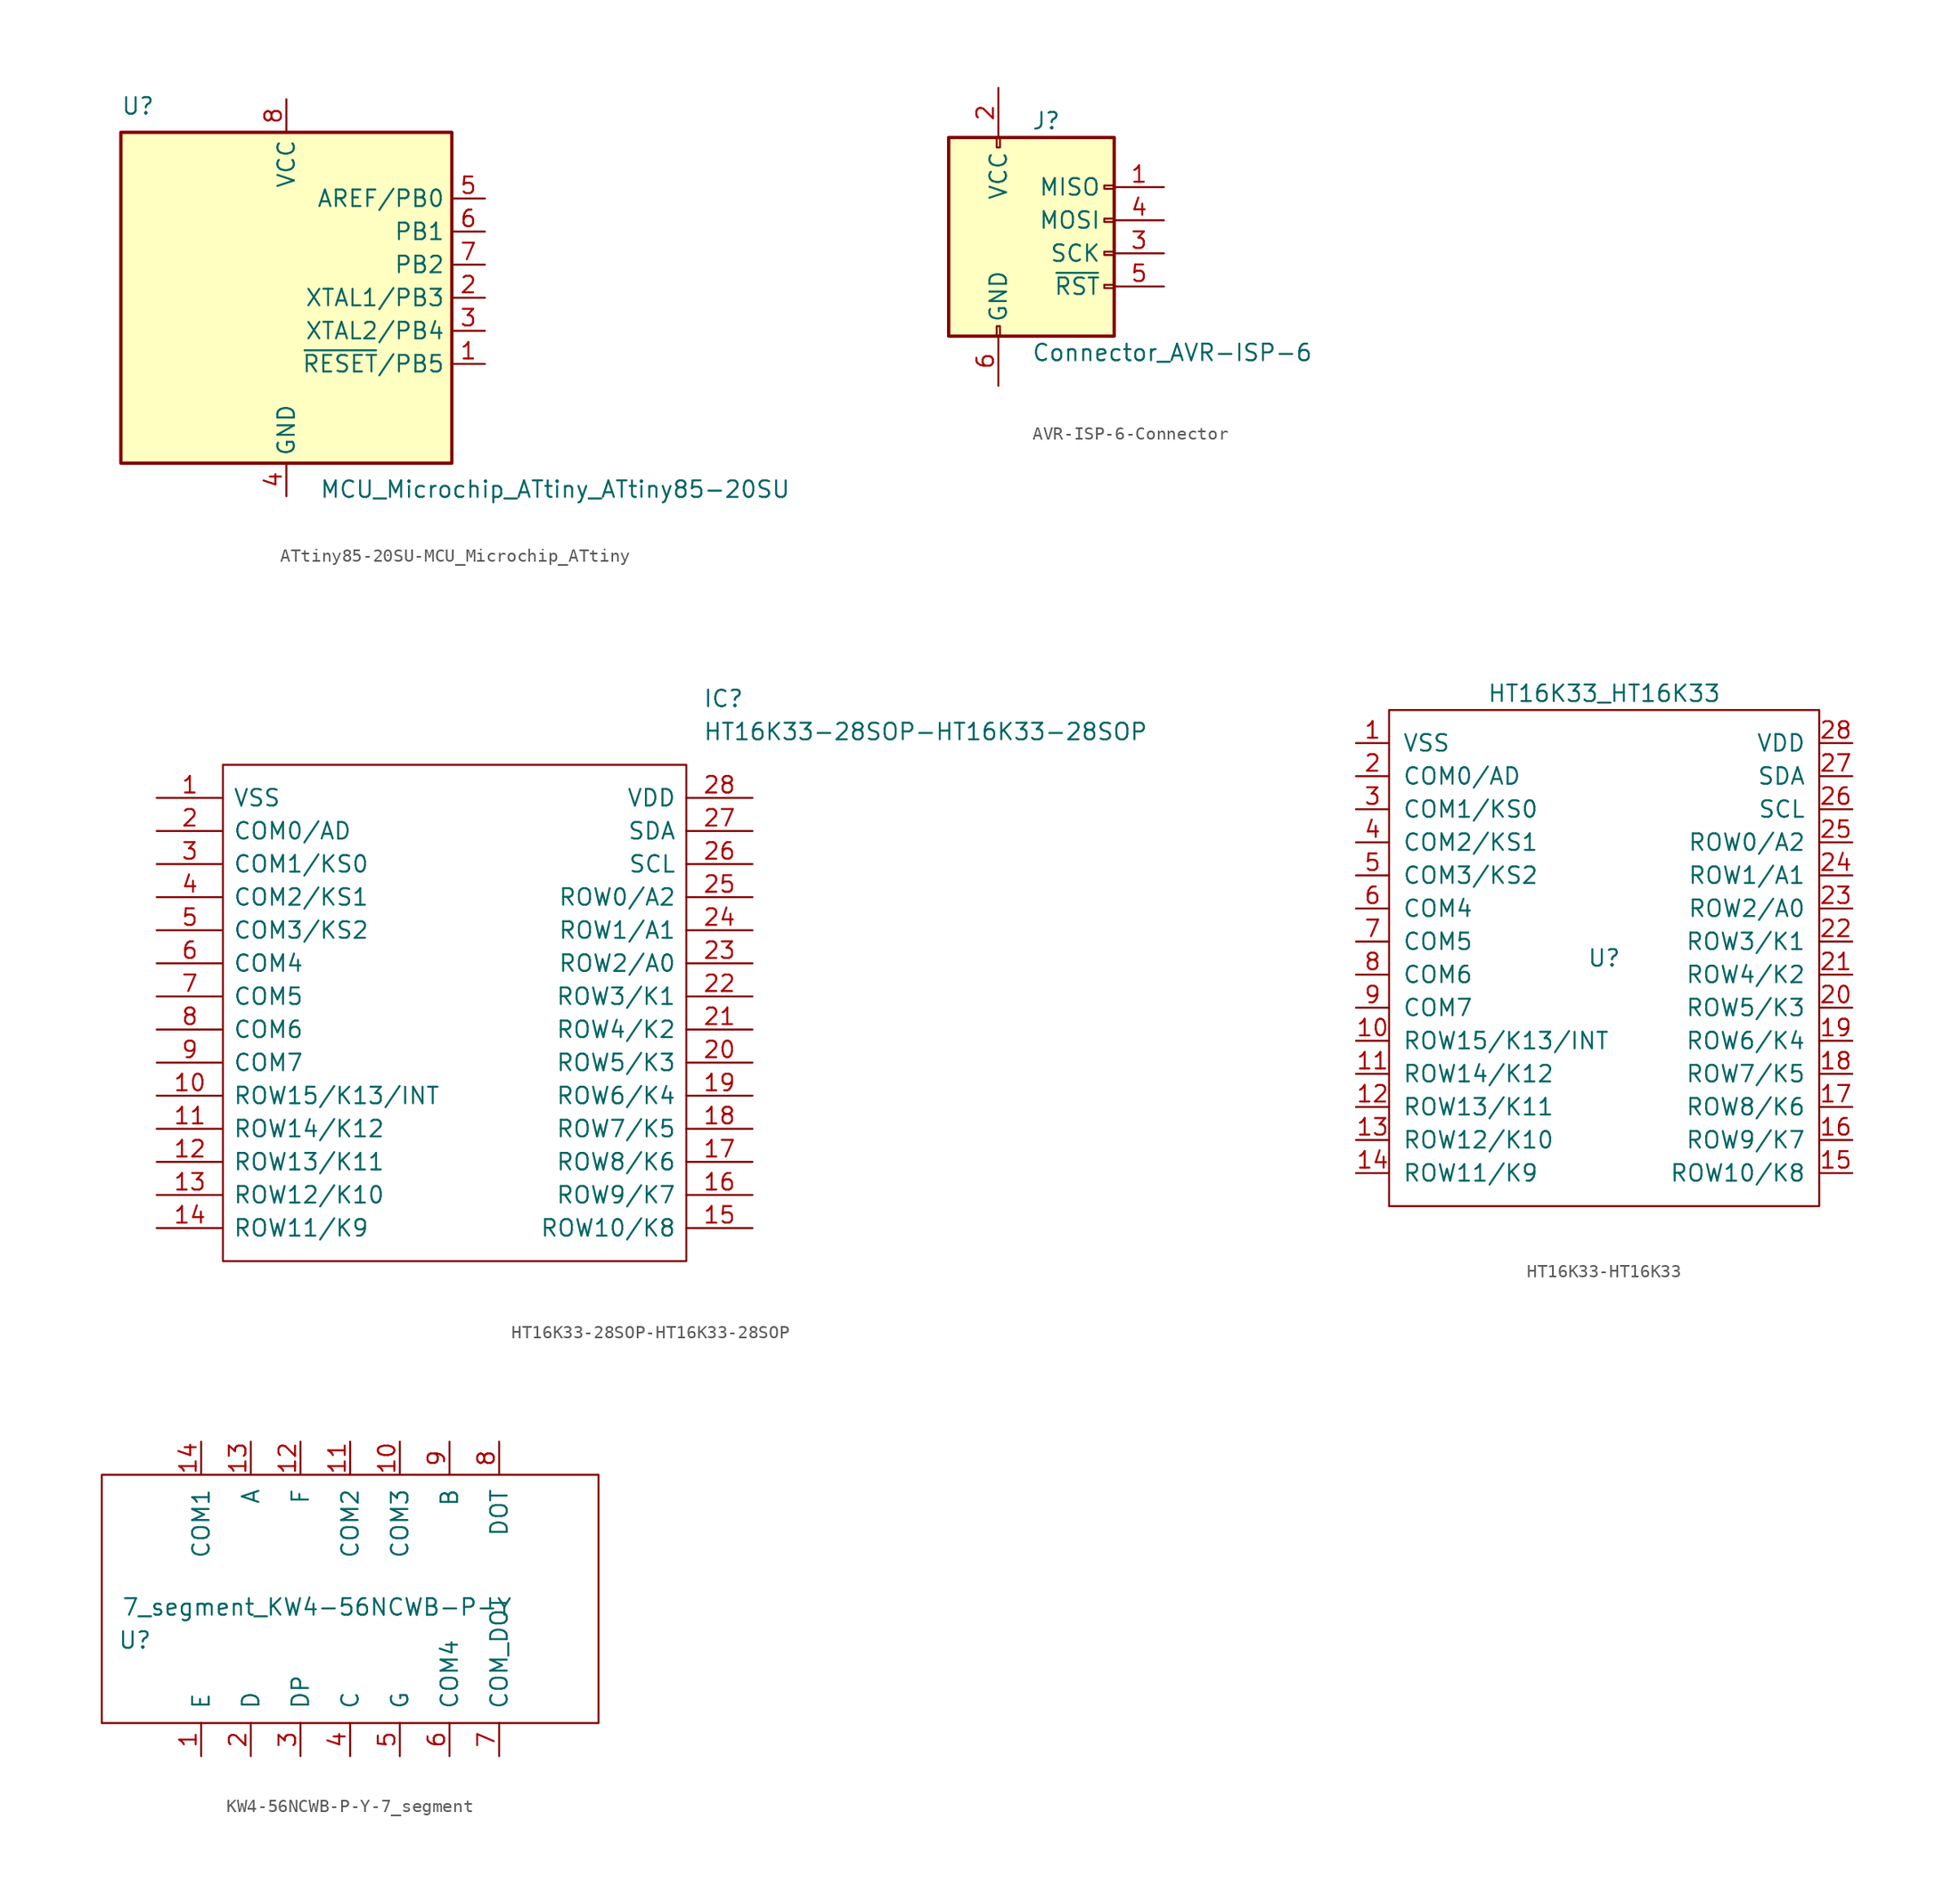
<source format=kicad_sym>
(kicad_symbol_lib
  (version 20231120)
  (generator "kicad_symbol_editor")
  (generator_version "8.0")
  (symbol "ATtiny85-20SU-MCU_Microchip_ATtiny"
    (property "Reference" "U"
      (at -12.7 13.97 0)
      (effects (font (size 1.27 1.27)) (justify left bottom)))
    (property "Value" "MCU_Microchip_ATtiny_ATtiny85-20SU"
      (at 2.54 -13.97 0)
      (effects (font (size 1.27 1.27)) (justify left top)))
    (symbol "ATtiny85-20SU-MCU_Microchip_ATtiny_0_1"
      (rectangle (start -12.7 -12.7) (end 12.7 12.7) (stroke (width 0.254) (type solid)) (fill (type background))))
    (symbol "ATtiny85-20SU-MCU_Microchip_ATtiny_1_1"
      (pin tri_state line (at 15.24 -5.08 180) (length 2.54) (name "~{RESET}/PB5" (effects (font (size 1.27 1.27)))) (number "1" (effects (font (size 1.27 1.27)))))
      (pin tri_state line (at 15.24 0 180) (length 2.54) (name "XTAL1/PB3" (effects (font (size 1.27 1.27)))) (number "2" (effects (font (size 1.27 1.27)))))
      (pin tri_state line (at 15.24 -2.54 180) (length 2.54) (name "XTAL2/PB4" (effects (font (size 1.27 1.27)))) (number "3" (effects (font (size 1.27 1.27)))))
      (pin power_in line (at 0 -15.24 90) (length 2.54) (name "GND" (effects (font (size 1.27 1.27)))) (number "4" (effects (font (size 1.27 1.27)))))
      (pin tri_state line (at 15.24 7.62 180) (length 2.54) (name "AREF/PB0" (effects (font (size 1.27 1.27)))) (number "5" (effects (font (size 1.27 1.27)))))
      (pin tri_state line (at 15.24 5.08 180) (length 2.54) (name "PB1" (effects (font (size 1.27 1.27)))) (number "6" (effects (font (size 1.27 1.27)))))
      (pin tri_state line (at 15.24 2.54 180) (length 2.54) (name "PB2" (effects (font (size 1.27 1.27)))) (number "7" (effects (font (size 1.27 1.27)))))
      (pin power_in line (at 0 15.24 270) (length 2.54) (name "VCC" (effects (font (size 1.27 1.27)))) (number "8" (effects (font (size 1.27 1.27)))))))
  (symbol "AVR-ISP-6-Connector"
    (pin_names
      (offset 1.016))
    (property "Reference" "J"
      (at 0 10.16 0)
      (effects (font (size 1.27 1.27)) (justify left)))
    (property "Value" "Connector_AVR-ISP-6"
      (at 0 -7.62 0)
      (effects (font (size 1.27 1.27)) (justify left)))
    (symbol "AVR-ISP-6-Connector_0_1"
      (rectangle (start -2.667 -5.588) (end -2.413 -6.35) (stroke (width 0) (type solid)) (fill (type none)))
      (rectangle (start -2.667 8.89) (end -2.413 8.128) (stroke (width 0) (type solid)) (fill (type none)))
      (rectangle (start 6.35 -2.413) (end 5.588 -2.667) (stroke (width 0) (type solid)) (fill (type none)))
      (rectangle (start 6.35 0.127) (end 5.588 -0.127) (stroke (width 0) (type solid)) (fill (type none)))
      (rectangle (start 6.35 2.667) (end 5.588 2.413) (stroke (width 0) (type solid)) (fill (type none)))
      (rectangle (start 6.35 5.207) (end 5.588 4.953) (stroke (width 0) (type solid)) (fill (type none)))
      (rectangle (start 6.35 8.89) (end -6.35 -6.35) (stroke (width 0.254) (type solid)) (fill (type background))))
    (symbol "AVR-ISP-6-Connector_1_1"
      (pin passive line (at 10.16 5.08 180) (length 3.81) (name "MISO" (effects (font (size 1.27 1.27)))) (number "1" (effects (font (size 1.27 1.27)))))
      (pin power_in line (at -2.54 12.7 270) (length 3.81) (name "VCC" (effects (font (size 1.27 1.27)))) (number "2" (effects (font (size 1.27 1.27)))))
      (pin passive line (at 10.16 0 180) (length 3.81) (name "SCK" (effects (font (size 1.27 1.27)))) (number "3" (effects (font (size 1.27 1.27)))))
      (pin passive line (at 10.16 2.54 180) (length 3.81) (name "MOSI" (effects (font (size 1.27 1.27)))) (number "4" (effects (font (size 1.27 1.27)))))
      (pin passive line (at 10.16 -2.54 180) (length 3.81) (name "~{RST}" (effects (font (size 1.27 1.27)))) (number "5" (effects (font (size 1.27 1.27)))))
      (pin power_in line (at -2.54 -10.16 90) (length 3.81) (name "GND" (effects (font (size 1.27 1.27)))) (number "6" (effects (font (size 1.27 1.27)))))))
  (symbol "HT16K33-28SOP-HT16K33-28SOP"
    (pin_names
      (offset 0.762))
    (property "Reference" "IC"
      (at 41.91 7.62 0)
      (effects (font (size 1.27 1.27)) (justify left)))
    (property "Value" "HT16K33-28SOP-HT16K33-28SOP"
      (at 41.91 5.08 0)
      (effects (font (size 1.27 1.27)) (justify left)))
    (symbol "HT16K33-28SOP-HT16K33-28SOP_0_0"
      (pin unspecified line (at 0 0 0) (length 5.08) (name "VSS" (effects (font (size 1.27 1.27)))) (number "1" (effects (font (size 1.27 1.27)))))
      (pin unspecified line (at 0 -22.86 0) (length 5.08) (name "ROW15/K13/INT" (effects (font (size 1.27 1.27)))) (number "10" (effects (font (size 1.27 1.27)))))
      (pin unspecified line (at 0 -25.4 0) (length 5.08) (name "ROW14/K12" (effects (font (size 1.27 1.27)))) (number "11" (effects (font (size 1.27 1.27)))))
      (pin unspecified line (at 0 -27.94 0) (length 5.08) (name "ROW13/K11" (effects (font (size 1.27 1.27)))) (number "12" (effects (font (size 1.27 1.27)))))
      (pin unspecified line (at 0 -30.48 0) (length 5.08) (name "ROW12/K10" (effects (font (size 1.27 1.27)))) (number "13" (effects (font (size 1.27 1.27)))))
      (pin unspecified line (at 0 -33.02 0) (length 5.08) (name "ROW11/K9" (effects (font (size 1.27 1.27)))) (number "14" (effects (font (size 1.27 1.27)))))
      (pin unspecified line (at 45.72 -33.02 180) (length 5.08) (name "ROW10/K8" (effects (font (size 1.27 1.27)))) (number "15" (effects (font (size 1.27 1.27)))))
      (pin unspecified line (at 45.72 -30.48 180) (length 5.08) (name "ROW9/K7" (effects (font (size 1.27 1.27)))) (number "16" (effects (font (size 1.27 1.27)))))
      (pin unspecified line (at 45.72 -27.94 180) (length 5.08) (name "ROW8/K6" (effects (font (size 1.27 1.27)))) (number "17" (effects (font (size 1.27 1.27)))))
      (pin unspecified line (at 45.72 -25.4 180) (length 5.08) (name "ROW7/K5" (effects (font (size 1.27 1.27)))) (number "18" (effects (font (size 1.27 1.27)))))
      (pin unspecified line (at 45.72 -22.86 180) (length 5.08) (name "ROW6/K4" (effects (font (size 1.27 1.27)))) (number "19" (effects (font (size 1.27 1.27)))))
      (pin unspecified line (at 0 -2.54 0) (length 5.08) (name "COM0/AD" (effects (font (size 1.27 1.27)))) (number "2" (effects (font (size 1.27 1.27)))))
      (pin unspecified line (at 45.72 -20.32 180) (length 5.08) (name "ROW5/K3" (effects (font (size 1.27 1.27)))) (number "20" (effects (font (size 1.27 1.27)))))
      (pin unspecified line (at 45.72 -17.78 180) (length 5.08) (name "ROW4/K2" (effects (font (size 1.27 1.27)))) (number "21" (effects (font (size 1.27 1.27)))))
      (pin unspecified line (at 45.72 -15.24 180) (length 5.08) (name "ROW3/K1" (effects (font (size 1.27 1.27)))) (number "22" (effects (font (size 1.27 1.27)))))
      (pin unspecified line (at 45.72 -12.7 180) (length 5.08) (name "ROW2/A0" (effects (font (size 1.27 1.27)))) (number "23" (effects (font (size 1.27 1.27)))))
      (pin unspecified line (at 45.72 -10.16 180) (length 5.08) (name "ROW1/A1" (effects (font (size 1.27 1.27)))) (number "24" (effects (font (size 1.27 1.27)))))
      (pin unspecified line (at 45.72 -7.62 180) (length 5.08) (name "ROW0/A2" (effects (font (size 1.27 1.27)))) (number "25" (effects (font (size 1.27 1.27)))))
      (pin unspecified line (at 45.72 -5.08 180) (length 5.08) (name "SCL" (effects (font (size 1.27 1.27)))) (number "26" (effects (font (size 1.27 1.27)))))
      (pin unspecified line (at 45.72 -2.54 180) (length 5.08) (name "SDA" (effects (font (size 1.27 1.27)))) (number "27" (effects (font (size 1.27 1.27)))))
      (pin unspecified line (at 45.72 0 180) (length 5.08) (name "VDD" (effects (font (size 1.27 1.27)))) (number "28" (effects (font (size 1.27 1.27)))))
      (pin unspecified line (at 0 -5.08 0) (length 5.08) (name "COM1/KS0" (effects (font (size 1.27 1.27)))) (number "3" (effects (font (size 1.27 1.27)))))
      (pin unspecified line (at 0 -7.62 0) (length 5.08) (name "COM2/KS1" (effects (font (size 1.27 1.27)))) (number "4" (effects (font (size 1.27 1.27)))))
      (pin unspecified line (at 0 -10.16 0) (length 5.08) (name "COM3/KS2" (effects (font (size 1.27 1.27)))) (number "5" (effects (font (size 1.27 1.27)))))
      (pin unspecified line (at 0 -12.7 0) (length 5.08) (name "COM4" (effects (font (size 1.27 1.27)))) (number "6" (effects (font (size 1.27 1.27)))))
      (pin unspecified line (at 0 -15.24 0) (length 5.08) (name "COM5" (effects (font (size 1.27 1.27)))) (number "7" (effects (font (size 1.27 1.27)))))
      (pin unspecified line (at 0 -17.78 0) (length 5.08) (name "COM6" (effects (font (size 1.27 1.27)))) (number "8" (effects (font (size 1.27 1.27)))))
      (pin unspecified line (at 0 -20.32 0) (length 5.08) (name "COM7" (effects (font (size 1.27 1.27)))) (number "9" (effects (font (size 1.27 1.27))))))
    (symbol "HT16K33-28SOP-HT16K33-28SOP_0_1"
      (polyline (pts (xy 5.08 2.54) (xy 40.64 2.54) (xy 40.64 -35.56) (xy 5.08 -35.56) (xy 5.08 2.54)) (stroke (width 0.152) (type solid)) (fill (type none)))))
  (symbol "HT16K33-HT16K33"
    (pin_names
      (offset 1.016))
    (property "Reference" "U"
      (at 0 0 0)
      (effects (font (size 1.27 1.27))))
    (property "Value" "HT16K33_HT16K33"
      (at 0 20.32 0)
      (effects (font (size 1.27 1.27))))
    (symbol "HT16K33-HT16K33_0_1"
      (rectangle (start -16.51 19.05) (end 16.51 -19.05) (stroke (width 0) (type solid)) (fill (type none))))
    (symbol "HT16K33-HT16K33_1_1"
      (pin input line (at -19.05 16.51 0) (length 2.54) (name "VSS" (effects (font (size 1.27 1.27)))) (number "1" (effects (font (size 1.27 1.27)))))
      (pin input line (at -19.05 -6.35 0) (length 2.54) (name "ROW15/K13/INT" (effects (font (size 1.27 1.27)))) (number "10" (effects (font (size 1.27 1.27)))))
      (pin input line (at -19.05 -8.89 0) (length 2.54) (name "ROW14/K12" (effects (font (size 1.27 1.27)))) (number "11" (effects (font (size 1.27 1.27)))))
      (pin input line (at -19.05 -11.43 0) (length 2.54) (name "ROW13/K11" (effects (font (size 1.27 1.27)))) (number "12" (effects (font (size 1.27 1.27)))))
      (pin input line (at -19.05 -13.97 0) (length 2.54) (name "ROW12/K10" (effects (font (size 1.27 1.27)))) (number "13" (effects (font (size 1.27 1.27)))))
      (pin input line (at -19.05 -16.51 0) (length 2.54) (name "ROW11/K9" (effects (font (size 1.27 1.27)))) (number "14" (effects (font (size 1.27 1.27)))))
      (pin input line (at 19.05 -16.51 180) (length 2.54) (name "ROW10/K8" (effects (font (size 1.27 1.27)))) (number "15" (effects (font (size 1.27 1.27)))))
      (pin input line (at 19.05 -13.97 180) (length 2.54) (name "ROW9/K7" (effects (font (size 1.27 1.27)))) (number "16" (effects (font (size 1.27 1.27)))))
      (pin input line (at 19.05 -11.43 180) (length 2.54) (name "ROW8/K6" (effects (font (size 1.27 1.27)))) (number "17" (effects (font (size 1.27 1.27)))))
      (pin input line (at 19.05 -8.89 180) (length 2.54) (name "ROW7/K5" (effects (font (size 1.27 1.27)))) (number "18" (effects (font (size 1.27 1.27)))))
      (pin input line (at 19.05 -6.35 180) (length 2.54) (name "ROW6/K4" (effects (font (size 1.27 1.27)))) (number "19" (effects (font (size 1.27 1.27)))))
      (pin input line (at -19.05 13.97 0) (length 2.54) (name "COM0/AD" (effects (font (size 1.27 1.27)))) (number "2" (effects (font (size 1.27 1.27)))))
      (pin input line (at 19.05 -3.81 180) (length 2.54) (name "ROW5/K3" (effects (font (size 1.27 1.27)))) (number "20" (effects (font (size 1.27 1.27)))))
      (pin input line (at 19.05 -1.27 180) (length 2.54) (name "ROW4/K2" (effects (font (size 1.27 1.27)))) (number "21" (effects (font (size 1.27 1.27)))))
      (pin input line (at 19.05 1.27 180) (length 2.54) (name "ROW3/K1" (effects (font (size 1.27 1.27)))) (number "22" (effects (font (size 1.27 1.27)))))
      (pin input line (at 19.05 3.81 180) (length 2.54) (name "ROW2/A0" (effects (font (size 1.27 1.27)))) (number "23" (effects (font (size 1.27 1.27)))))
      (pin input line (at 19.05 6.35 180) (length 2.54) (name "ROW1/A1" (effects (font (size 1.27 1.27)))) (number "24" (effects (font (size 1.27 1.27)))))
      (pin input line (at 19.05 8.89 180) (length 2.54) (name "ROW0/A2" (effects (font (size 1.27 1.27)))) (number "25" (effects (font (size 1.27 1.27)))))
      (pin input line (at 19.05 11.43 180) (length 2.54) (name "SCL" (effects (font (size 1.27 1.27)))) (number "26" (effects (font (size 1.27 1.27)))))
      (pin input line (at 19.05 13.97 180) (length 2.54) (name "SDA" (effects (font (size 1.27 1.27)))) (number "27" (effects (font (size 1.27 1.27)))))
      (pin input line (at 19.05 16.51 180) (length 2.54) (name "VDD" (effects (font (size 1.27 1.27)))) (number "28" (effects (font (size 1.27 1.27)))))
      (pin input line (at -19.05 11.43 0) (length 2.54) (name "COM1/KS0" (effects (font (size 1.27 1.27)))) (number "3" (effects (font (size 1.27 1.27)))))
      (pin input line (at -19.05 8.89 0) (length 2.54) (name "COM2/KS1" (effects (font (size 1.27 1.27)))) (number "4" (effects (font (size 1.27 1.27)))))
      (pin input line (at -19.05 6.35 0) (length 2.54) (name "COM3/KS2" (effects (font (size 1.27 1.27)))) (number "5" (effects (font (size 1.27 1.27)))))
      (pin input line (at -19.05 3.81 0) (length 2.54) (name "COM4" (effects (font (size 1.27 1.27)))) (number "6" (effects (font (size 1.27 1.27)))))
      (pin input line (at -19.05 1.27 0) (length 2.54) (name "COM5" (effects (font (size 1.27 1.27)))) (number "7" (effects (font (size 1.27 1.27)))))
      (pin input line (at -19.05 -1.27 0) (length 2.54) (name "COM6" (effects (font (size 1.27 1.27)))) (number "8" (effects (font (size 1.27 1.27)))))
      (pin input line (at -19.05 -3.81 0) (length 2.54) (name "COM7" (effects (font (size 1.27 1.27)))) (number "9" (effects (font (size 1.27 1.27)))))))
  (symbol "KW4-56NCWB-P-Y-7_segment"
    (pin_names
      (offset 1.016))
    (property "Reference" "U"
      (at -15.24 -3.81 0)
      (effects (font (size 1.27 1.27))))
    (property "Value" "7_segment_KW4-56NCWB-P-Y"
      (at -1.27 -1.27 0)
      (effects (font (size 1.27 1.27))))
    (symbol "KW4-56NCWB-P-Y-7_segment_0_1"
      (rectangle (start -17.78 8.89) (end 20.32 -10.16) (stroke (width 0) (type solid)) (fill (type none))))
    (symbol "KW4-56NCWB-P-Y-7_segment_1_1"
      (pin input line (at -10.16 -12.7 90) (length 2.54) (name "E" (effects (font (size 1.27 1.27)))) (number "1" (effects (font (size 1.27 1.27)))))
      (pin input line (at 5.08 11.43 270) (length 2.54) (name "COM3" (effects (font (size 1.27 1.27)))) (number "10" (effects (font (size 1.27 1.27)))))
      (pin input line (at 1.27 11.43 270) (length 2.54) (name "COM2" (effects (font (size 1.27 1.27)))) (number "11" (effects (font (size 1.27 1.27)))))
      (pin input line (at -2.54 11.43 270) (length 2.54) (name "F" (effects (font (size 1.27 1.27)))) (number "12" (effects (font (size 1.27 1.27)))))
      (pin input line (at -6.35 11.43 270) (length 2.54) (name "A" (effects (font (size 1.27 1.27)))) (number "13" (effects (font (size 1.27 1.27)))))
      (pin input line (at -10.16 11.43 270) (length 2.54) (name "COM1" (effects (font (size 1.27 1.27)))) (number "14" (effects (font (size 1.27 1.27)))))
      (pin input line (at -6.35 -12.7 90) (length 2.54) (name "D" (effects (font (size 1.27 1.27)))) (number "2" (effects (font (size 1.27 1.27)))))
      (pin input line (at -2.54 -12.7 90) (length 2.54) (name "DP" (effects (font (size 1.27 1.27)))) (number "3" (effects (font (size 1.27 1.27)))))
      (pin input line (at 1.27 -12.7 90) (length 2.54) (name "C" (effects (font (size 1.27 1.27)))) (number "4" (effects (font (size 1.27 1.27)))))
      (pin input line (at 5.08 -12.7 90) (length 2.54) (name "G" (effects (font (size 1.27 1.27)))) (number "5" (effects (font (size 1.27 1.27)))))
      (pin input line (at 8.89 -12.7 90) (length 2.54) (name "COM4" (effects (font (size 1.27 1.27)))) (number "6" (effects (font (size 1.27 1.27)))))
      (pin input line (at 12.7 -12.7 90) (length 2.54) (name "COM_DOT" (effects (font (size 1.27 1.27)))) (number "7" (effects (font (size 1.27 1.27)))))
      (pin input line (at 12.7 11.43 270) (length 2.54) (name "DOT" (effects (font (size 1.27 1.27)))) (number "8" (effects (font (size 1.27 1.27)))))
      (pin input line (at 8.89 11.43 270) (length 2.54) (name "B" (effects (font (size 1.27 1.27)))) (number "9" (effects (font (size 1.27 1.27))))))))
</source>
